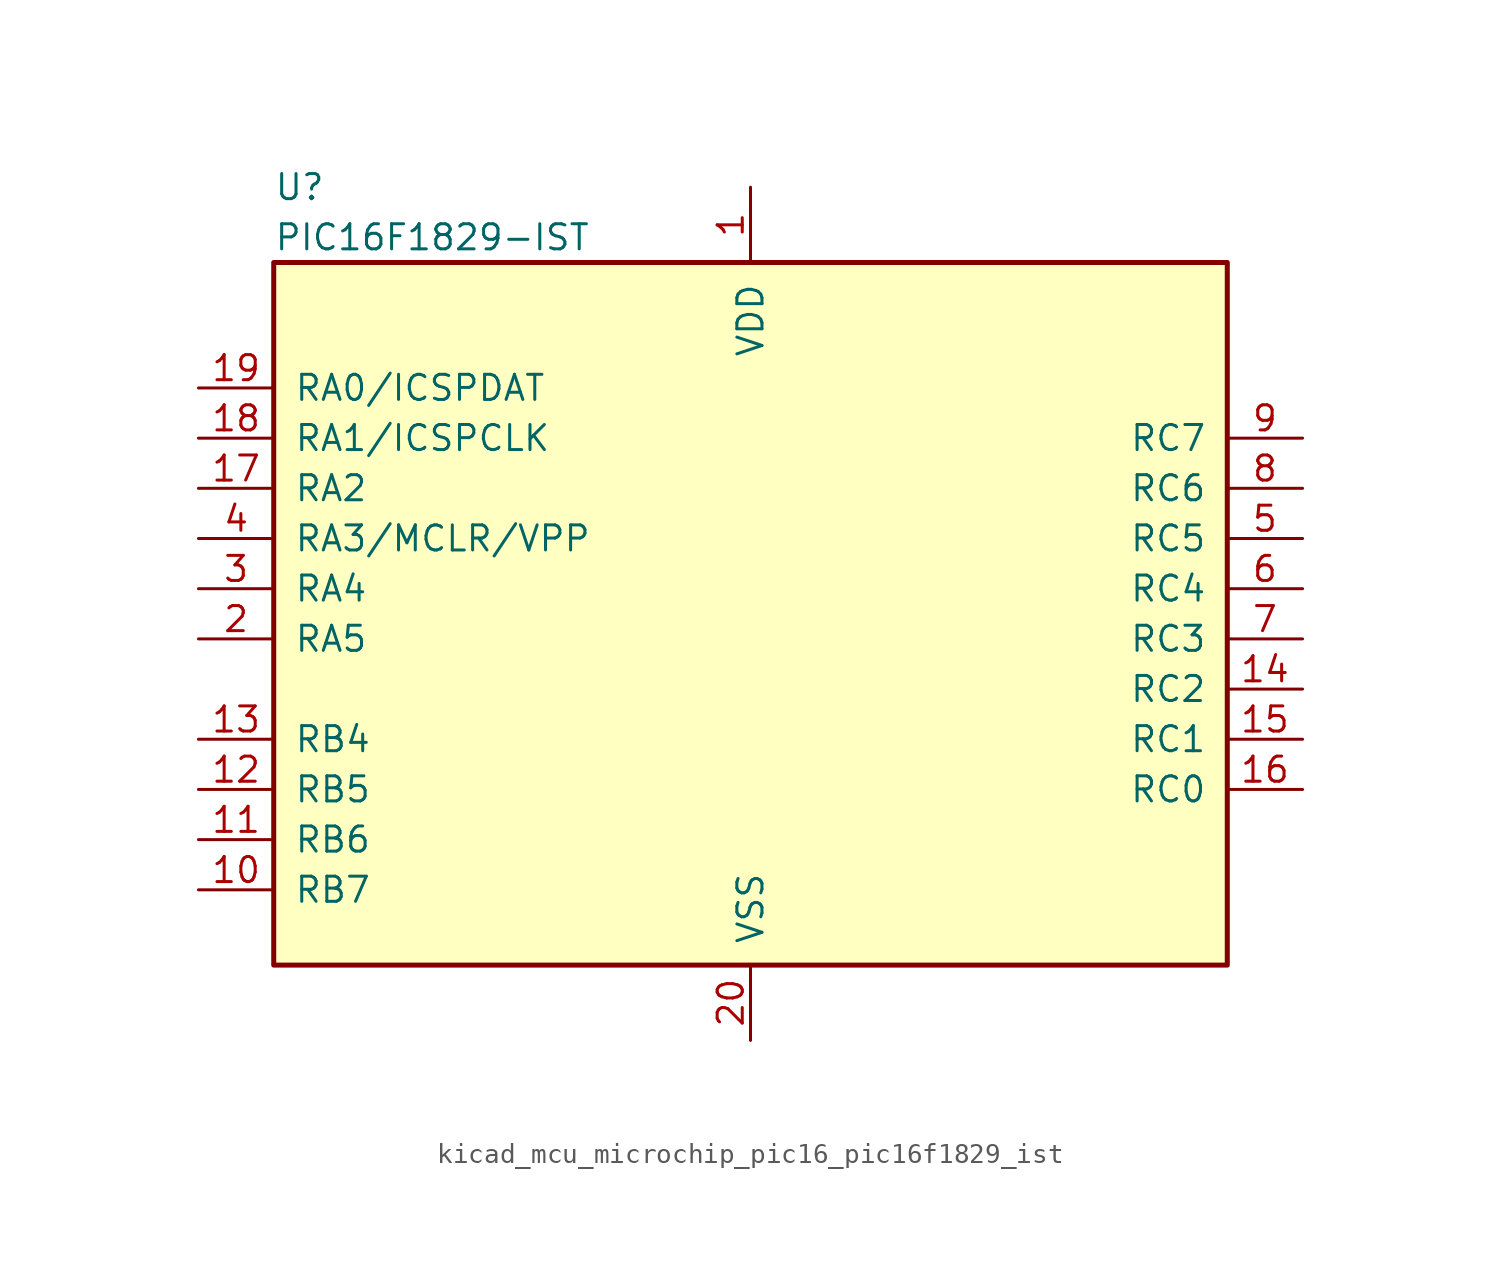
<source format=kicad_sym>
(kicad_symbol_lib
  (version 20220914)
  (generator kicad_symbol_editor)
  (symbol "kicad_mcu_microchip_pic16_pic16f1829_ist"
    (pin_names
      (offset 1.016))
    (property "Reference" "U"
      (at -24.13 22.86 0)
      (effects (font (size 1.27 1.27)) (justify left)))
    (property "Value" "PIC16F1829-IST"
      (at -24.13 20.32 0)
      (effects (font (size 1.27 1.27)) (justify left)))
    (symbol "kicad_mcu_microchip_pic16_pic16f1829_ist_0_1"
      (rectangle (start -24.13 19.05) (end 24.13 -16.51) (stroke (width 0.254) (type default)) (fill (type background))))
    (symbol "kicad_mcu_microchip_pic16_pic16f1829_ist_1_1"
      (pin power_in line (at 0 22.86 270) (length 3.81) (name "VDD" (effects (font (size 1.27 1.27)))) (number "1" (effects (font (size 1.27 1.27)))))
      (pin bidirectional line (at -27.94 -12.7 0) (length 3.81) (name "RB7" (effects (font (size 1.27 1.27)))) (number "10" (effects (font (size 1.27 1.27)))))
      (pin bidirectional line (at -27.94 -10.16 0) (length 3.81) (name "RB6" (effects (font (size 1.27 1.27)))) (number "11" (effects (font (size 1.27 1.27)))))
      (pin bidirectional line (at -27.94 -7.62 0) (length 3.81) (name "RB5" (effects (font (size 1.27 1.27)))) (number "12" (effects (font (size 1.27 1.27)))))
      (pin bidirectional line (at -27.94 -5.08 0) (length 3.81) (name "RB4" (effects (font (size 1.27 1.27)))) (number "13" (effects (font (size 1.27 1.27)))))
      (pin bidirectional line (at 27.94 -2.54 180) (length 3.81) (name "RC2" (effects (font (size 1.27 1.27)))) (number "14" (effects (font (size 1.27 1.27)))))
      (pin bidirectional line (at 27.94 -5.08 180) (length 3.81) (name "RC1" (effects (font (size 1.27 1.27)))) (number "15" (effects (font (size 1.27 1.27)))))
      (pin bidirectional line (at 27.94 -7.62 180) (length 3.81) (name "RC0" (effects (font (size 1.27 1.27)))) (number "16" (effects (font (size 1.27 1.27)))))
      (pin bidirectional line (at -27.94 7.62 0) (length 3.81) (name "RA2" (effects (font (size 1.27 1.27)))) (number "17" (effects (font (size 1.27 1.27)))))
      (pin bidirectional line (at -27.94 10.16 0) (length 3.81) (name "RA1/ICSPCLK" (effects (font (size 1.27 1.27)))) (number "18" (effects (font (size 1.27 1.27)))))
      (pin bidirectional line (at -27.94 12.7 0) (length 3.81) (name "RA0/ICSPDAT" (effects (font (size 1.27 1.27)))) (number "19" (effects (font (size 1.27 1.27)))))
      (pin bidirectional line (at -27.94 0 0) (length 3.81) (name "RA5" (effects (font (size 1.27 1.27)))) (number "2" (effects (font (size 1.27 1.27)))))
      (pin power_in line (at 0 -20.32 90) (length 3.81) (name "VSS" (effects (font (size 1.27 1.27)))) (number "20" (effects (font (size 1.27 1.27)))))
      (pin bidirectional line (at -27.94 2.54 0) (length 3.81) (name "RA4" (effects (font (size 1.27 1.27)))) (number "3" (effects (font (size 1.27 1.27)))))
      (pin bidirectional line (at -27.94 5.08 0) (length 3.81) (name "RA3/MCLR/VPP" (effects (font (size 1.27 1.27)))) (number "4" (effects (font (size 1.27 1.27)))))
      (pin bidirectional line (at 27.94 5.08 180) (length 3.81) (name "RC5" (effects (font (size 1.27 1.27)))) (number "5" (effects (font (size 1.27 1.27)))))
      (pin bidirectional line (at 27.94 2.54 180) (length 3.81) (name "RC4" (effects (font (size 1.27 1.27)))) (number "6" (effects (font (size 1.27 1.27)))))
      (pin bidirectional line (at 27.94 0 180) (length 3.81) (name "RC3" (effects (font (size 1.27 1.27)))) (number "7" (effects (font (size 1.27 1.27)))))
      (pin bidirectional line (at 27.94 7.62 180) (length 3.81) (name "RC6" (effects (font (size 1.27 1.27)))) (number "8" (effects (font (size 1.27 1.27)))))
      (pin bidirectional line (at 27.94 10.16 180) (length 3.81) (name "RC7" (effects (font (size 1.27 1.27)))) (number "9" (effects (font (size 1.27 1.27))))))))
</source>
